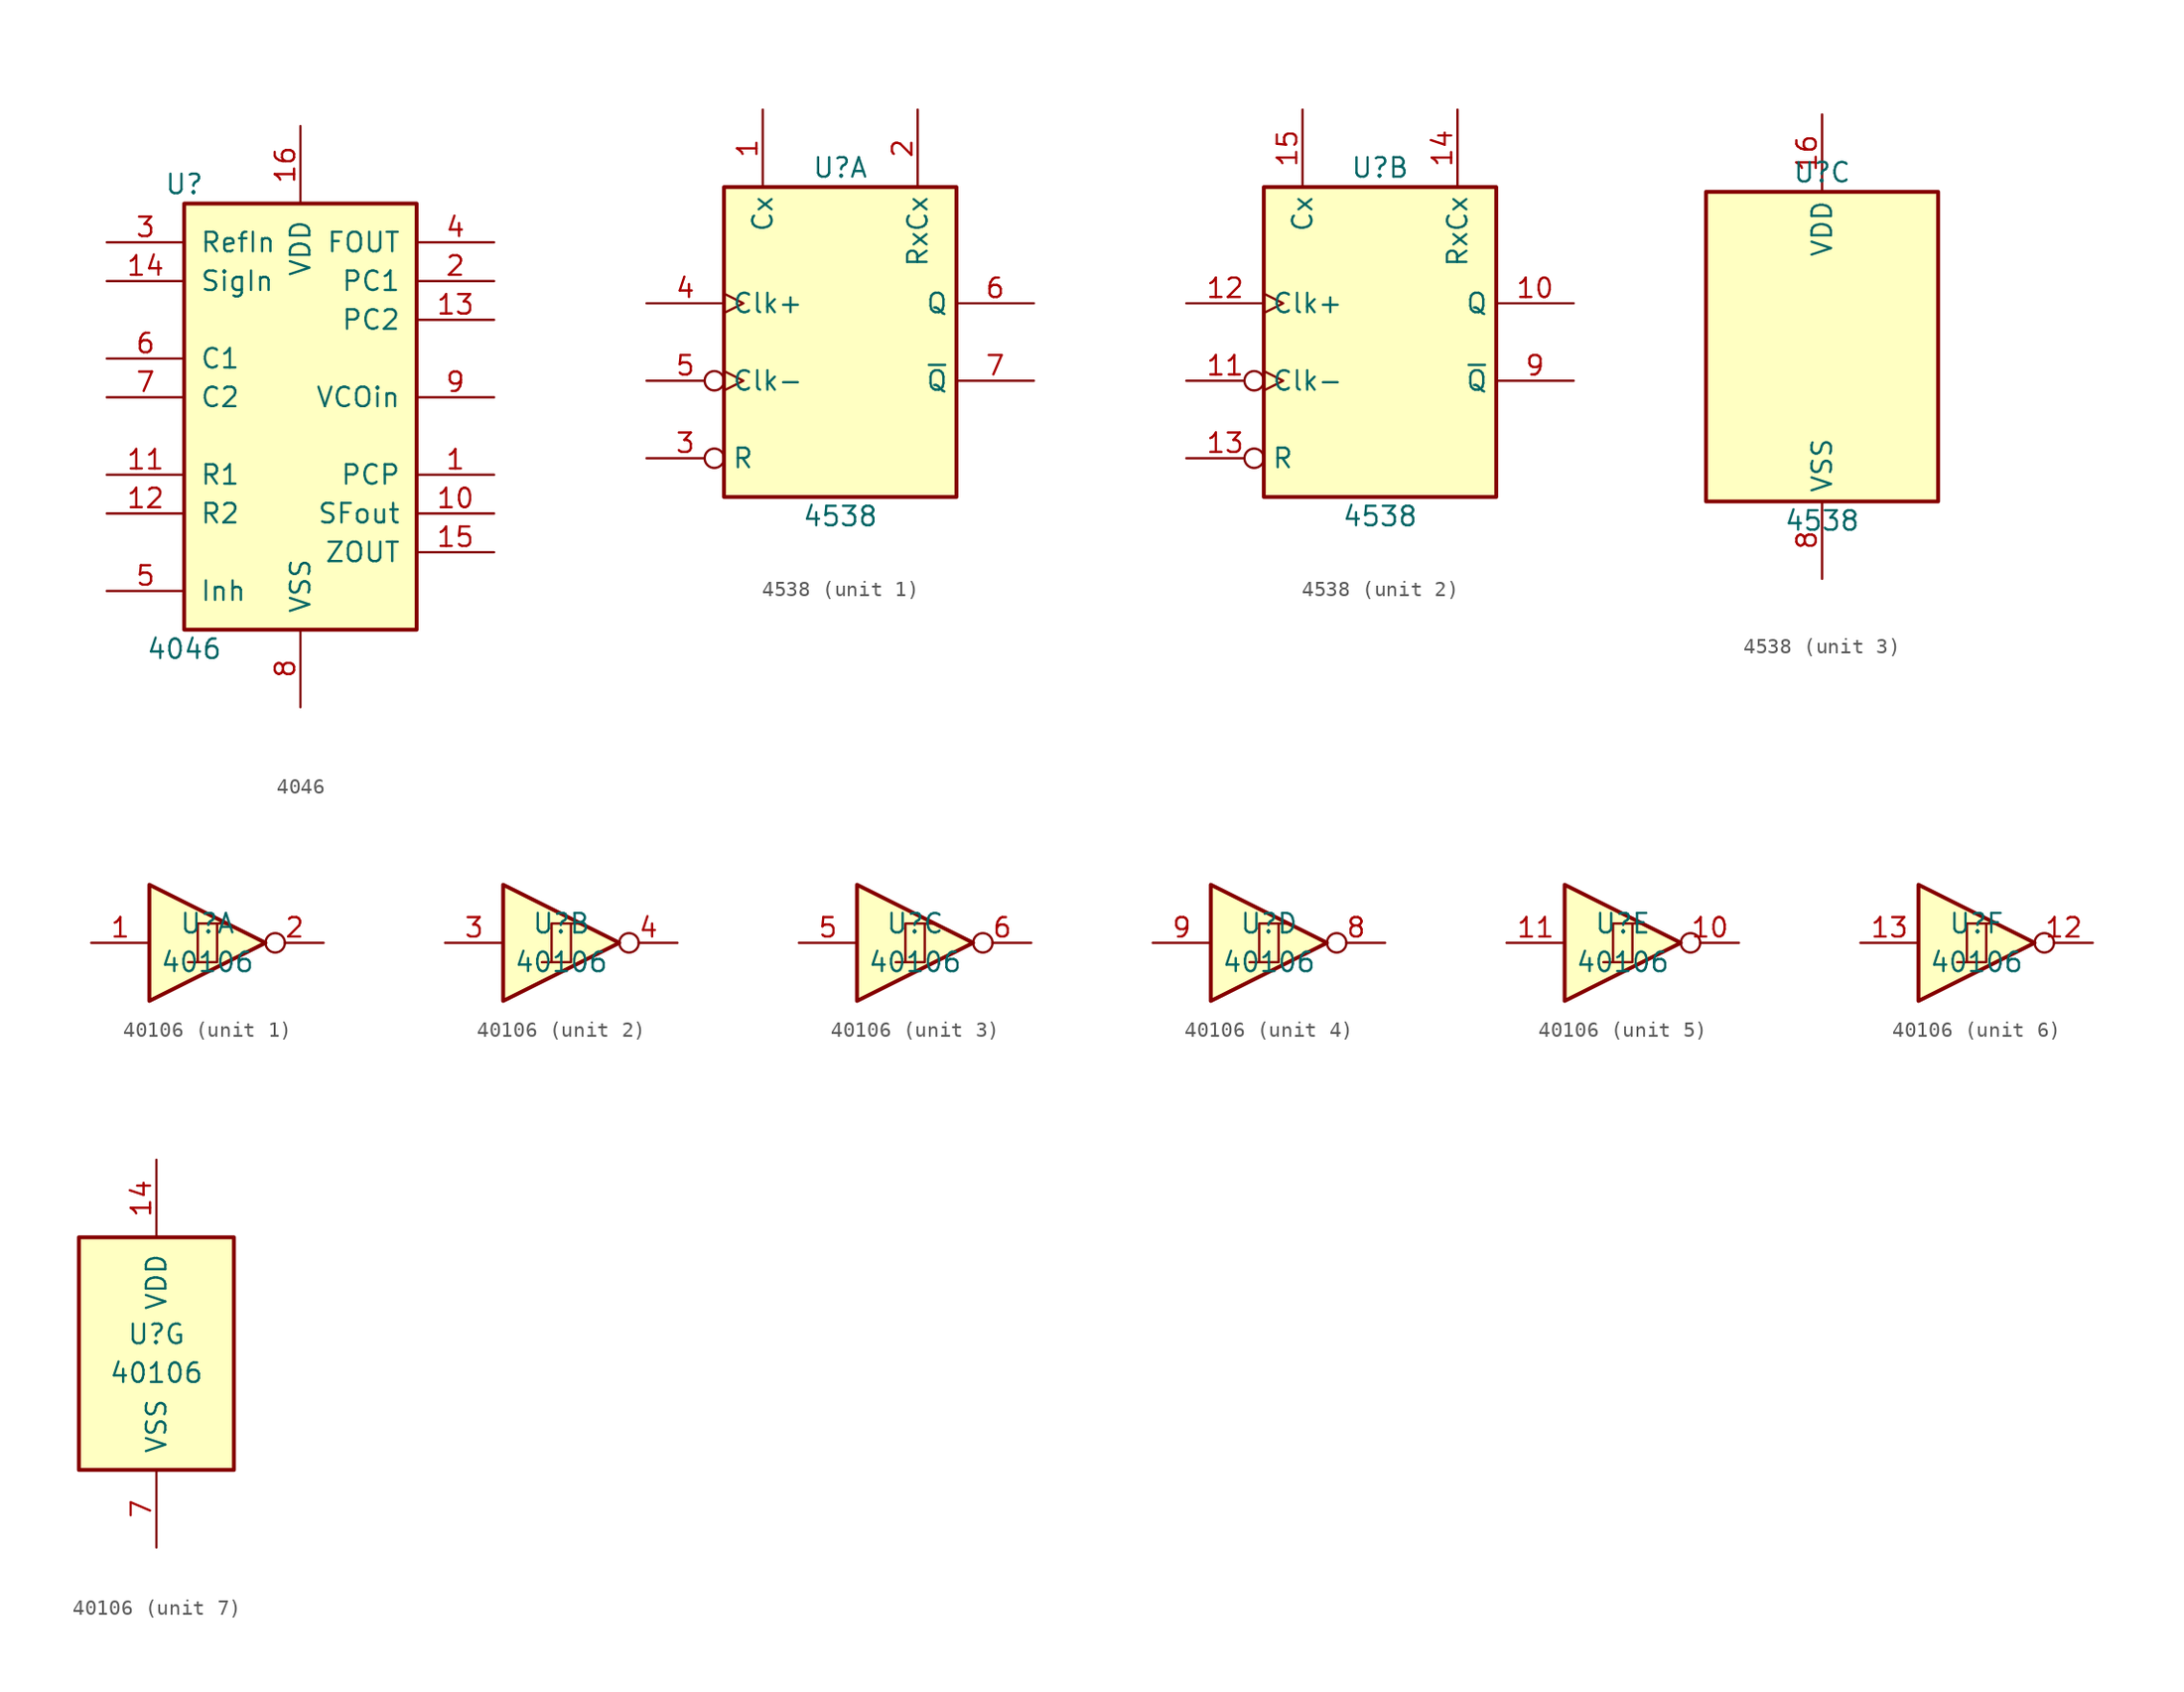
<source format=kicad_sym>
(kicad_symbol_lib
  (version 20201005)
  (generator kicad_symbol_editor)
  (symbol "4046"
    (pin_names
      (offset 1.016))
    (property "Reference" "U"
      (at -7.62 13.97 0)
      (effects (font (size 1.27 1.27))))
    (property "Value" "4046"
      (at -7.62 -16.51 0)
      (effects (font (size 1.27 1.27))))
    (property "ki_locked" ""
      (at 0 0 0)
      (effects (font (size 1.27 1.27))))
    (symbol "4046_1_0"
      (pin output line (at 12.7 -5.08 180) (length 5.08) (name "PCP" (effects (font (size 1.27 1.27)))) (number "1" (effects (font (size 1.27 1.27)))))
      (pin output line (at 12.7 -7.62 180) (length 5.08) (name "SFout" (effects (font (size 1.27 1.27)))) (number "10" (effects (font (size 1.27 1.27)))))
      (pin input line (at -12.7 -5.08 0) (length 5.08) (name "R1" (effects (font (size 1.27 1.27)))) (number "11" (effects (font (size 1.27 1.27)))))
      (pin input line (at -12.7 -7.62 0) (length 5.08) (name "R2" (effects (font (size 1.27 1.27)))) (number "12" (effects (font (size 1.27 1.27)))))
      (pin tri_state line (at 12.7 5.08 180) (length 5.08) (name "PC2" (effects (font (size 1.27 1.27)))) (number "13" (effects (font (size 1.27 1.27)))))
      (pin input line (at -12.7 7.62 0) (length 5.08) (name "SigIn" (effects (font (size 1.27 1.27)))) (number "14" (effects (font (size 1.27 1.27)))))
      (pin output line (at 12.7 -10.16 180) (length 5.08) (name "ZOUT" (effects (font (size 1.27 1.27)))) (number "15" (effects (font (size 1.27 1.27)))))
      (pin power_in line (at 0 17.78 270) (length 5.08) (name "VDD" (effects (font (size 1.27 1.27)))) (number "16" (effects (font (size 1.27 1.27)))))
      (pin output line (at 12.7 7.62 180) (length 5.08) (name "PC1" (effects (font (size 1.27 1.27)))) (number "2" (effects (font (size 1.27 1.27)))))
      (pin input line (at -12.7 10.16 0) (length 5.08) (name "RefIn" (effects (font (size 1.27 1.27)))) (number "3" (effects (font (size 1.27 1.27)))))
      (pin input line (at 12.7 10.16 180) (length 5.08) (name "FOUT" (effects (font (size 1.27 1.27)))) (number "4" (effects (font (size 1.27 1.27)))))
      (pin input line (at -12.7 -12.7 0) (length 5.08) (name "Inh" (effects (font (size 1.27 1.27)))) (number "5" (effects (font (size 1.27 1.27)))))
      (pin input line (at -12.7 2.54 0) (length 5.08) (name "C1" (effects (font (size 1.27 1.27)))) (number "6" (effects (font (size 1.27 1.27)))))
      (pin input line (at -12.7 0 0) (length 5.08) (name "C2" (effects (font (size 1.27 1.27)))) (number "7" (effects (font (size 1.27 1.27)))))
      (pin power_in line (at 0 -20.32 90) (length 5.08) (name "VSS" (effects (font (size 1.27 1.27)))) (number "8" (effects (font (size 1.27 1.27)))))
      (pin input line (at 12.7 0 180) (length 5.08) (name "VCOin" (effects (font (size 1.27 1.27)))) (number "9" (effects (font (size 1.27 1.27))))))
    (symbol "4046_1_1"
      (rectangle (start -7.62 12.7) (end 7.62 -15.24) (stroke (width 0.254)) (fill (type background)))))
  (symbol "4538"
    (property "Reference" "U"
      (at 0 11.43 0)
      (effects (font (size 1.27 1.27))))
    (property "Value" "4538"
      (at 0 -11.43 0)
      (effects (font (size 1.27 1.27))))
    (property "ki_locked" ""
      (at 0 0 0)
      (effects (font (size 1.27 1.27))))
    (symbol "4538_1_0"
      (pin input line (at -5.08 15.24 270) (length 5.08) (name "Cx" (effects (font (size 1.27 1.27)))) (number "1" (effects (font (size 1.27 1.27)))))
      (pin input line (at 5.08 15.24 270) (length 5.08) (name "RxCx" (effects (font (size 1.27 1.27)))) (number "2" (effects (font (size 1.27 1.27)))))
      (pin input inverted (at -12.7 -7.62 0) (length 5.08) (name "R" (effects (font (size 1.27 1.27)))) (number "3" (effects (font (size 1.27 1.27)))))
      (pin input clock (at -12.7 2.54 0) (length 5.08) (name "Clk+" (effects (font (size 1.27 1.27)))) (number "4" (effects (font (size 1.27 1.27)))))
      (pin input inverted_clock (at -12.7 -2.54 0) (length 5.08) (name "Clk-" (effects (font (size 1.27 1.27)))) (number "5" (effects (font (size 1.27 1.27)))))
      (pin output line (at 12.7 2.54 180) (length 5.08) (name "Q" (effects (font (size 1.27 1.27)))) (number "6" (effects (font (size 1.27 1.27)))))
      (pin output line (at 12.7 -2.54 180) (length 5.08) (name "~Q" (effects (font (size 1.27 1.27)))) (number "7" (effects (font (size 1.27 1.27))))))
    (symbol "4538_1_1"
      (rectangle (start -7.62 10.16) (end 7.62 -10.16) (stroke (width 0.254)) (fill (type background))))
    (symbol "4538_2_0"
      (pin output line (at 12.7 2.54 180) (length 5.08) (name "Q" (effects (font (size 1.27 1.27)))) (number "10" (effects (font (size 1.27 1.27)))))
      (pin input inverted_clock (at -12.7 -2.54 0) (length 5.08) (name "Clk-" (effects (font (size 1.27 1.27)))) (number "11" (effects (font (size 1.27 1.27)))))
      (pin input clock (at -12.7 2.54 0) (length 5.08) (name "Clk+" (effects (font (size 1.27 1.27)))) (number "12" (effects (font (size 1.27 1.27)))))
      (pin input inverted (at -12.7 -7.62 0) (length 5.08) (name "R" (effects (font (size 1.27 1.27)))) (number "13" (effects (font (size 1.27 1.27)))))
      (pin input line (at 5.08 15.24 270) (length 5.08) (name "RxCx" (effects (font (size 1.27 1.27)))) (number "14" (effects (font (size 1.27 1.27)))))
      (pin input line (at -5.08 15.24 270) (length 5.08) (name "Cx" (effects (font (size 1.27 1.27)))) (number "15" (effects (font (size 1.27 1.27)))))
      (pin output line (at 12.7 -2.54 180) (length 5.08) (name "~Q" (effects (font (size 1.27 1.27)))) (number "9" (effects (font (size 1.27 1.27))))))
    (symbol "4538_2_1"
      (rectangle (start -7.62 10.16) (end 7.62 -10.16) (stroke (width 0.254)) (fill (type background))))
    (symbol "4538_3_0"
      (pin power_in line (at 0 15.24 270) (length 5.08) (name "VDD" (effects (font (size 1.27 1.27)))) (number "16" (effects (font (size 1.27 1.27)))))
      (pin power_in line (at 0 -15.24 90) (length 5.08) (name "VSS" (effects (font (size 1.27 1.27)))) (number "8" (effects (font (size 1.27 1.27))))))
    (symbol "4538_3_1"
      (rectangle (start -7.62 10.16) (end 7.62 -10.16) (stroke (width 0.254)) (fill (type background)))))
  (symbol "40106"
    (pin_names
      (offset 1.016))
    (property "Reference" "U"
      (at 0 1.27 0)
      (effects (font (size 1.27 1.27))))
    (property "Value" "40106"
      (at 0 -1.27 0)
      (effects (font (size 1.27 1.27))))
    (property "ki_locked" ""
      (at 0 0 0)
      (effects (font (size 1.27 1.27))))
    (symbol "40106_1_0"
      (polyline (pts (xy -0.635 -1.27) (xy -0.635 1.27) (xy 0.635 1.27)) (stroke (width 0)) (fill (type none)))
      (polyline (pts (xy -1.27 -1.27) (xy 0.635 -1.27) (xy 0.635 1.27) (xy 1.27 1.27)) (stroke (width 0)) (fill (type none)))
      (polyline (pts (xy -3.81 3.81) (xy -3.81 -3.81) (xy 3.81 0) (xy -3.81 3.81)) (stroke (width 0.254)) (fill (type background)))
      (pin input line (at -7.62 0 0) (length 3.81) (name "~" (effects (font (size 1.27 1.27)))) (number "1" (effects (font (size 1.27 1.27)))))
      (pin output inverted (at 7.62 0 180) (length 3.81) (name "~" (effects (font (size 1.27 1.27)))) (number "2" (effects (font (size 1.27 1.27))))))
    (symbol "40106_2_0"
      (polyline (pts (xy -0.635 -1.27) (xy -0.635 1.27) (xy 0.635 1.27)) (stroke (width 0)) (fill (type none)))
      (polyline (pts (xy -1.27 -1.27) (xy 0.635 -1.27) (xy 0.635 1.27) (xy 1.27 1.27)) (stroke (width 0)) (fill (type none)))
      (polyline (pts (xy -3.81 3.81) (xy -3.81 -3.81) (xy 3.81 0) (xy -3.81 3.81)) (stroke (width 0.254)) (fill (type background)))
      (pin input line (at -7.62 0 0) (length 3.81) (name "~" (effects (font (size 1.27 1.27)))) (number "3" (effects (font (size 1.27 1.27)))))
      (pin output inverted (at 7.62 0 180) (length 3.81) (name "~" (effects (font (size 1.27 1.27)))) (number "4" (effects (font (size 1.27 1.27))))))
    (symbol "40106_3_0"
      (polyline (pts (xy -0.635 -1.27) (xy -0.635 1.27) (xy 0.635 1.27)) (stroke (width 0)) (fill (type none)))
      (polyline (pts (xy -1.27 -1.27) (xy 0.635 -1.27) (xy 0.635 1.27) (xy 1.27 1.27)) (stroke (width 0)) (fill (type none)))
      (polyline (pts (xy -3.81 3.81) (xy -3.81 -3.81) (xy 3.81 0) (xy -3.81 3.81)) (stroke (width 0.254)) (fill (type background)))
      (pin input line (at -7.62 0 0) (length 3.81) (name "~" (effects (font (size 1.27 1.27)))) (number "5" (effects (font (size 1.27 1.27)))))
      (pin output inverted (at 7.62 0 180) (length 3.81) (name "~" (effects (font (size 1.27 1.27)))) (number "6" (effects (font (size 1.27 1.27))))))
    (symbol "40106_4_0"
      (polyline (pts (xy -0.635 -1.27) (xy -0.635 1.27) (xy 0.635 1.27)) (stroke (width 0)) (fill (type none)))
      (polyline (pts (xy -1.27 -1.27) (xy 0.635 -1.27) (xy 0.635 1.27) (xy 1.27 1.27)) (stroke (width 0)) (fill (type none)))
      (polyline (pts (xy -3.81 3.81) (xy -3.81 -3.81) (xy 3.81 0) (xy -3.81 3.81)) (stroke (width 0.254)) (fill (type background)))
      (pin output inverted (at 7.62 0 180) (length 3.81) (name "~" (effects (font (size 1.27 1.27)))) (number "8" (effects (font (size 1.27 1.27)))))
      (pin input line (at -7.62 0 0) (length 3.81) (name "~" (effects (font (size 1.27 1.27)))) (number "9" (effects (font (size 1.27 1.27))))))
    (symbol "40106_5_0"
      (polyline (pts (xy -0.635 -1.27) (xy -0.635 1.27) (xy 0.635 1.27)) (stroke (width 0)) (fill (type none)))
      (polyline (pts (xy -1.27 -1.27) (xy 0.635 -1.27) (xy 0.635 1.27) (xy 1.27 1.27)) (stroke (width 0)) (fill (type none)))
      (polyline (pts (xy -3.81 3.81) (xy -3.81 -3.81) (xy 3.81 0) (xy -3.81 3.81)) (stroke (width 0.254)) (fill (type background)))
      (pin output inverted (at 7.62 0 180) (length 3.81) (name "~" (effects (font (size 1.27 1.27)))) (number "10" (effects (font (size 1.27 1.27)))))
      (pin input line (at -7.62 0 0) (length 3.81) (name "~" (effects (font (size 1.27 1.27)))) (number "11" (effects (font (size 1.27 1.27))))))
    (symbol "40106_6_0"
      (polyline (pts (xy -0.635 -1.27) (xy -0.635 1.27) (xy 0.635 1.27)) (stroke (width 0)) (fill (type none)))
      (polyline (pts (xy -1.27 -1.27) (xy 0.635 -1.27) (xy 0.635 1.27) (xy 1.27 1.27)) (stroke (width 0)) (fill (type none)))
      (polyline (pts (xy -3.81 3.81) (xy -3.81 -3.81) (xy 3.81 0) (xy -3.81 3.81)) (stroke (width 0.254)) (fill (type background)))
      (pin output inverted (at 7.62 0 180) (length 3.81) (name "~" (effects (font (size 1.27 1.27)))) (number "12" (effects (font (size 1.27 1.27)))))
      (pin input line (at -7.62 0 0) (length 3.81) (name "~" (effects (font (size 1.27 1.27)))) (number "13" (effects (font (size 1.27 1.27))))))
    (symbol "40106_7_0"
      (pin power_in line (at 0 12.7 270) (length 5.08) (name "VDD" (effects (font (size 1.27 1.27)))) (number "14" (effects (font (size 1.27 1.27)))))
      (pin power_in line (at 0 -12.7 90) (length 5.08) (name "VSS" (effects (font (size 1.27 1.27)))) (number "7" (effects (font (size 1.27 1.27))))))
    (symbol "40106_7_1"
      (rectangle (start -5.08 7.62) (end 5.08 -7.62) (stroke (width 0.254)) (fill (type background))))))
</source>
